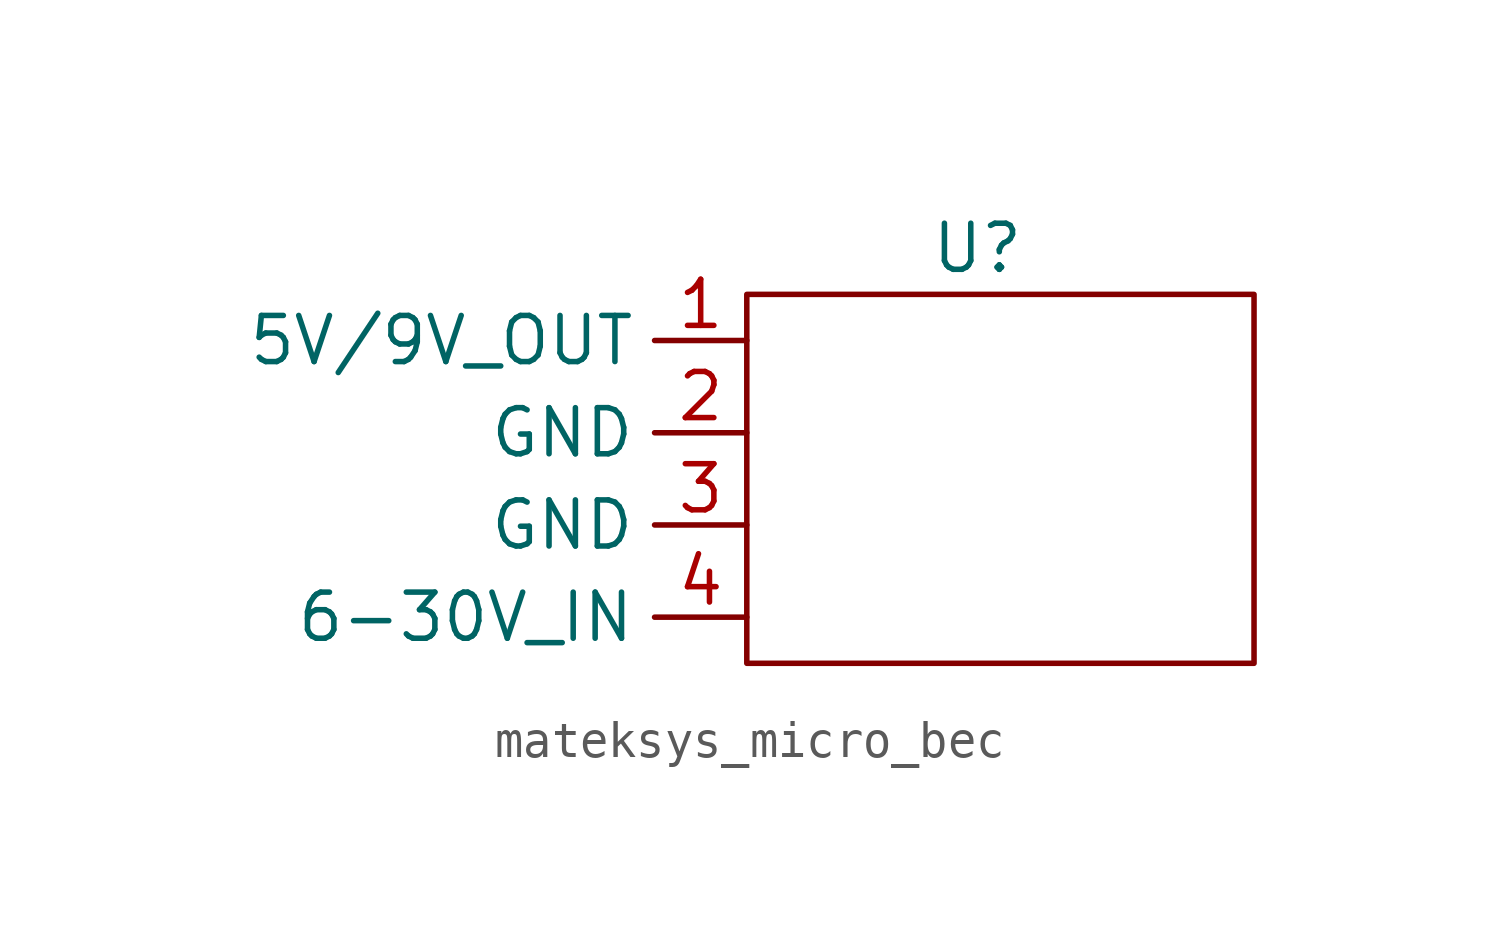
<source format=kicad_sym>
(kicad_symbol_lib
  (version 20241209)
  (generator "kicad_symbol_editor")
  (generator_version "9.0")
  (symbol "mateksys_micro_bec"
    (property "Reference" "U"
      (at 0 6.35 0)
      (effects (font (size 1.27 1.27))))
    (property "Value" ""
      (at -11.43 7.62 0)
      (effects (font (size 1.27 1.27))))
    (symbol "mateksys_micro_bec_0_1"
      (rectangle (start 7.62 5.08) (end -6.35 -5.08) (stroke (width 0) (type default)) (fill (type none))))
    (symbol "mateksys_micro_bec_1_1"
      (pin power_out line (at -6.35 3.81 180) (length 2.54) (name "5V/9V_OUT" (effects (font (size 1.27 1.27)))) (number "1" (effects (font (size 1.27 1.27)))))
      (pin power_out line (at -6.35 1.27 180) (length 2.54) (name "GND" (effects (font (size 1.27 1.27)))) (number "2" (effects (font (size 1.27 1.27)))))
      (pin power_in line (at -6.35 -1.27 180) (length 2.54) (name "GND" (effects (font (size 1.27 1.27)))) (number "3" (effects (font (size 1.27 1.27)))))
      (pin power_in line (at -6.35 -3.81 180) (length 2.54) (name "6-30V_IN" (effects (font (size 1.27 1.27)))) (number "4" (effects (font (size 1.27 1.27))))))))
</source>
